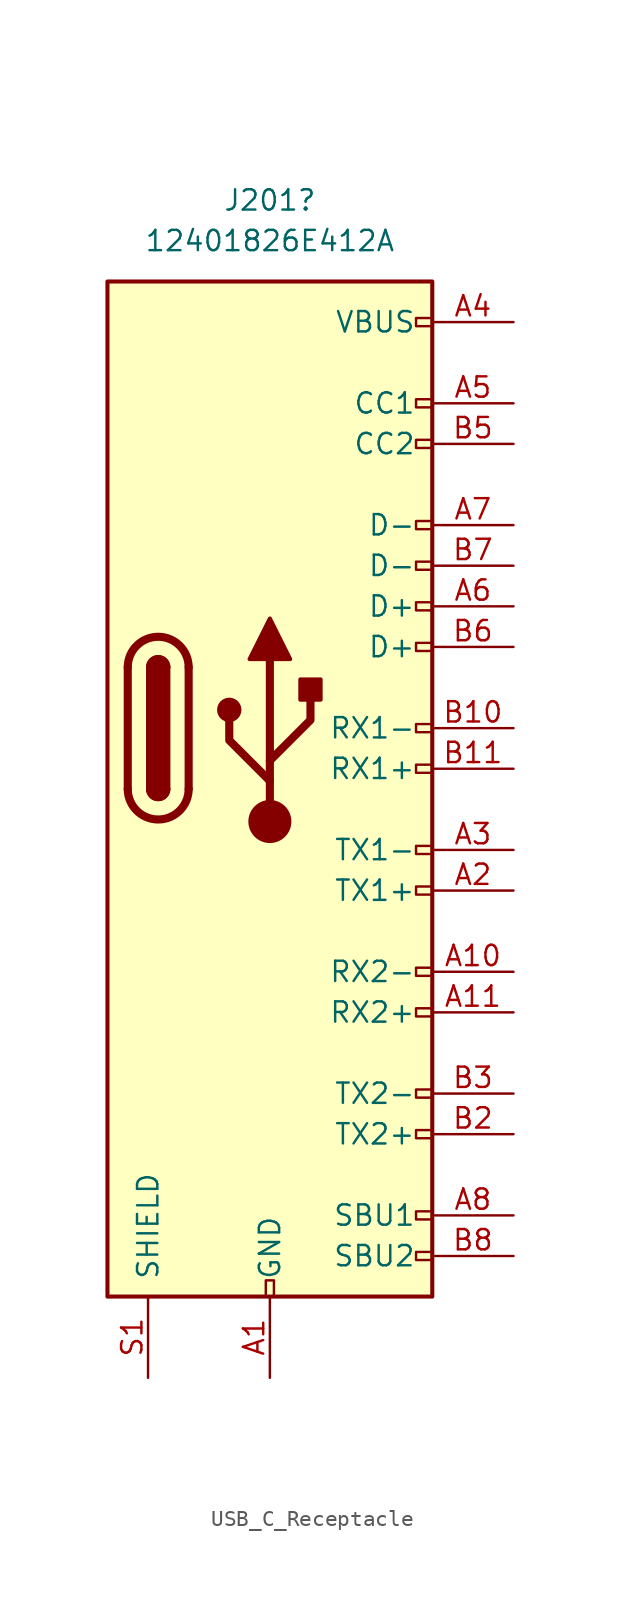
<source format=kicad_sym>
(kicad_symbol_lib
  (version 20231120)
  (generator "kicad_symbol_editor")
  (generator_version "8.0")
  (symbol "USB_C_Receptacle"
    (pin_names
      (offset 1.016))
    (property "Reference" "J201"
      (at 0 33.02 0)
      (effects (font (size 1.27 1.27))))
    (property "Value" "12401826E412A"
      (at 0 30.48 0)
      (effects (font (size 1.27 1.27))))
    (symbol "USB_C_Receptacle_0_0"
      (rectangle (start -0.254 -35.56) (end 0.254 -34.544) (stroke (width 0) (type default)) (fill (type none)))
      (rectangle (start 10.16 -32.766) (end 9.144 -33.274) (stroke (width 0) (type default)) (fill (type none)))
      (rectangle (start 10.16 -30.226) (end 9.144 -30.734) (stroke (width 0) (type default)) (fill (type none)))
      (rectangle (start 10.16 -25.146) (end 9.144 -25.654) (stroke (width 0) (type default)) (fill (type none)))
      (rectangle (start 10.16 -22.606) (end 9.144 -23.114) (stroke (width 0) (type default)) (fill (type none)))
      (rectangle (start 10.16 -17.526) (end 9.144 -18.034) (stroke (width 0) (type default)) (fill (type none)))
      (rectangle (start 10.16 -14.986) (end 9.144 -15.494) (stroke (width 0) (type default)) (fill (type none)))
      (rectangle (start 10.16 -9.906) (end 9.144 -10.414) (stroke (width 0) (type default)) (fill (type none)))
      (rectangle (start 10.16 -7.366) (end 9.144 -7.874) (stroke (width 0) (type default)) (fill (type none)))
      (rectangle (start 10.16 -2.286) (end 9.144 -2.794) (stroke (width 0) (type default)) (fill (type none)))
      (rectangle (start 10.16 0.254) (end 9.144 -0.254) (stroke (width 0) (type default)) (fill (type none)))
      (rectangle (start 10.16 5.334) (end 9.144 4.826) (stroke (width 0) (type default)) (fill (type none)))
      (rectangle (start 10.16 7.874) (end 9.144 7.366) (stroke (width 0) (type default)) (fill (type none)))
      (rectangle (start 10.16 10.414) (end 9.144 9.906) (stroke (width 0) (type default)) (fill (type none)))
      (rectangle (start 10.16 12.954) (end 9.144 12.446) (stroke (width 0) (type default)) (fill (type none)))
      (rectangle (start 10.16 18.034) (end 9.144 17.526) (stroke (width 0) (type default)) (fill (type none)))
      (rectangle (start 10.16 20.574) (end 9.144 20.066) (stroke (width 0) (type default)) (fill (type none)))
      (rectangle (start 10.16 25.654) (end 9.144 25.146) (stroke (width 0) (type default)) (fill (type none))))
    (symbol "USB_C_Receptacle_0_1"
      (rectangle (start -10.16 27.94) (end 10.16 -35.56) (stroke (width 0.254) (type default)) (fill (type background)))
      (arc (start -8.89 -3.81) (mid -6.985 -5.7067) (end -5.08 -3.81) (stroke (width 0.508) (type default)) (fill (type none)))
      (arc (start -7.62 -3.81) (mid -6.985 -4.4423) (end -6.35 -3.81) (stroke (width 0.254) (type default)) (fill (type none)))
      (arc (start -7.62 -3.81) (mid -6.985 -4.4423) (end -6.35 -3.81) (stroke (width 0.254) (type default)) (fill (type outline)))
      (rectangle (start -7.62 -3.81) (end -6.35 3.81) (stroke (width 0.254) (type default)) (fill (type outline)))
      (arc (start -6.35 3.81) (mid -6.985 4.4423) (end -7.62 3.81) (stroke (width 0.254) (type default)) (fill (type none)))
      (arc (start -6.35 3.81) (mid -6.985 4.4423) (end -7.62 3.81) (stroke (width 0.254) (type default)) (fill (type outline)))
      (arc (start -5.08 3.81) (mid -6.985 5.7067) (end -8.89 3.81) (stroke (width 0.508) (type default)) (fill (type none)))
      (polyline (pts (xy -8.89 -3.81) (xy -8.89 3.81)) (stroke (width 0.508) (type default)) (fill (type none)))
      (polyline (pts (xy -5.08 3.81) (xy -5.08 -3.81)) (stroke (width 0.508) (type default)) (fill (type none))))
    (symbol "USB_C_Receptacle_1_1"
      (circle (center -2.54 1.143) (radius 0.635) (stroke (width 0.254) (type default)) (fill (type outline)))
      (circle (center 0 -5.842) (radius 1.27) (stroke (width 0) (type default)) (fill (type outline)))
      (polyline (pts (xy 0 -5.842) (xy 0 4.318)) (stroke (width 0.508) (type default)) (fill (type none)))
      (polyline (pts (xy 0 -3.302) (xy -2.54 -0.762) (xy -2.54 0.508)) (stroke (width 0.508) (type default)) (fill (type none)))
      (polyline (pts (xy 0 -2.032) (xy 2.54 0.508) (xy 2.54 1.778)) (stroke (width 0.508) (type default)) (fill (type none)))
      (polyline (pts (xy -1.27 4.318) (xy 0 6.858) (xy 1.27 4.318) (xy -1.27 4.318)) (stroke (width 0.254) (type default)) (fill (type outline)))
      (rectangle (start 1.905 1.778) (end 3.175 3.048) (stroke (width 0.254) (type default)) (fill (type outline)))
      (pin passive line (at 0 -40.64 90) (length 5.08) (name "GND" (effects (font (size 1.27 1.27)))) (number "A1" (effects (font (size 1.27 1.27)))))
      (pin bidirectional line (at 15.24 -15.24 180) (length 5.08) (name "RX2-" (effects (font (size 1.27 1.27)))) (number "A10" (effects (font (size 1.27 1.27)))))
      (pin bidirectional line (at 15.24 -17.78 180) (length 5.08) (name "RX2+" (effects (font (size 1.27 1.27)))) (number "A11" (effects (font (size 1.27 1.27)))))
      (pin passive line (at 0 -40.64 90) (length 5.08) hide (name "GND" (effects (font (size 1.27 1.27)))) (number "A12" (effects (font (size 1.27 1.27)))))
      (pin bidirectional line (at 15.24 -10.16 180) (length 5.08) (name "TX1+" (effects (font (size 1.27 1.27)))) (number "A2" (effects (font (size 1.27 1.27)))))
      (pin bidirectional line (at 15.24 -7.62 180) (length 5.08) (name "TX1-" (effects (font (size 1.27 1.27)))) (number "A3" (effects (font (size 1.27 1.27)))))
      (pin passive line (at 15.24 25.4 180) (length 5.08) (name "VBUS" (effects (font (size 1.27 1.27)))) (number "A4" (effects (font (size 1.27 1.27)))))
      (pin bidirectional line (at 15.24 20.32 180) (length 5.08) (name "CC1" (effects (font (size 1.27 1.27)))) (number "A5" (effects (font (size 1.27 1.27)))))
      (pin bidirectional line (at 15.24 7.62 180) (length 5.08) (name "D+" (effects (font (size 1.27 1.27)))) (number "A6" (effects (font (size 1.27 1.27)))))
      (pin bidirectional line (at 15.24 12.7 180) (length 5.08) (name "D-" (effects (font (size 1.27 1.27)))) (number "A7" (effects (font (size 1.27 1.27)))))
      (pin bidirectional line (at 15.24 -30.48 180) (length 5.08) (name "SBU1" (effects (font (size 1.27 1.27)))) (number "A8" (effects (font (size 1.27 1.27)))))
      (pin passive line (at 15.24 25.4 180) (length 5.08) hide (name "VBUS" (effects (font (size 1.27 1.27)))) (number "A9" (effects (font (size 1.27 1.27)))))
      (pin passive line (at 0 -40.64 90) (length 5.08) hide (name "GND" (effects (font (size 1.27 1.27)))) (number "B1" (effects (font (size 1.27 1.27)))))
      (pin bidirectional line (at 15.24 0 180) (length 5.08) (name "RX1-" (effects (font (size 1.27 1.27)))) (number "B10" (effects (font (size 1.27 1.27)))))
      (pin bidirectional line (at 15.24 -2.54 180) (length 5.08) (name "RX1+" (effects (font (size 1.27 1.27)))) (number "B11" (effects (font (size 1.27 1.27)))))
      (pin passive line (at 0 -40.64 90) (length 5.08) hide (name "GND" (effects (font (size 1.27 1.27)))) (number "B12" (effects (font (size 1.27 1.27)))))
      (pin bidirectional line (at 15.24 -25.4 180) (length 5.08) (name "TX2+" (effects (font (size 1.27 1.27)))) (number "B2" (effects (font (size 1.27 1.27)))))
      (pin bidirectional line (at 15.24 -22.86 180) (length 5.08) (name "TX2-" (effects (font (size 1.27 1.27)))) (number "B3" (effects (font (size 1.27 1.27)))))
      (pin passive line (at 15.24 25.4 180) (length 5.08) hide (name "VBUS" (effects (font (size 1.27 1.27)))) (number "B4" (effects (font (size 1.27 1.27)))))
      (pin bidirectional line (at 15.24 17.78 180) (length 5.08) (name "CC2" (effects (font (size 1.27 1.27)))) (number "B5" (effects (font (size 1.27 1.27)))))
      (pin bidirectional line (at 15.24 5.08 180) (length 5.08) (name "D+" (effects (font (size 1.27 1.27)))) (number "B6" (effects (font (size 1.27 1.27)))))
      (pin bidirectional line (at 15.24 10.16 180) (length 5.08) (name "D-" (effects (font (size 1.27 1.27)))) (number "B7" (effects (font (size 1.27 1.27)))))
      (pin bidirectional line (at 15.24 -33.02 180) (length 5.08) (name "SBU2" (effects (font (size 1.27 1.27)))) (number "B8" (effects (font (size 1.27 1.27)))))
      (pin passive line (at 15.24 25.4 180) (length 5.08) hide (name "VBUS" (effects (font (size 1.27 1.27)))) (number "B9" (effects (font (size 1.27 1.27)))))
      (pin passive line (at -7.62 -40.64 90) (length 5.08) (name "SHIELD" (effects (font (size 1.27 1.27)))) (number "S1" (effects (font (size 1.27 1.27))))))))
</source>
